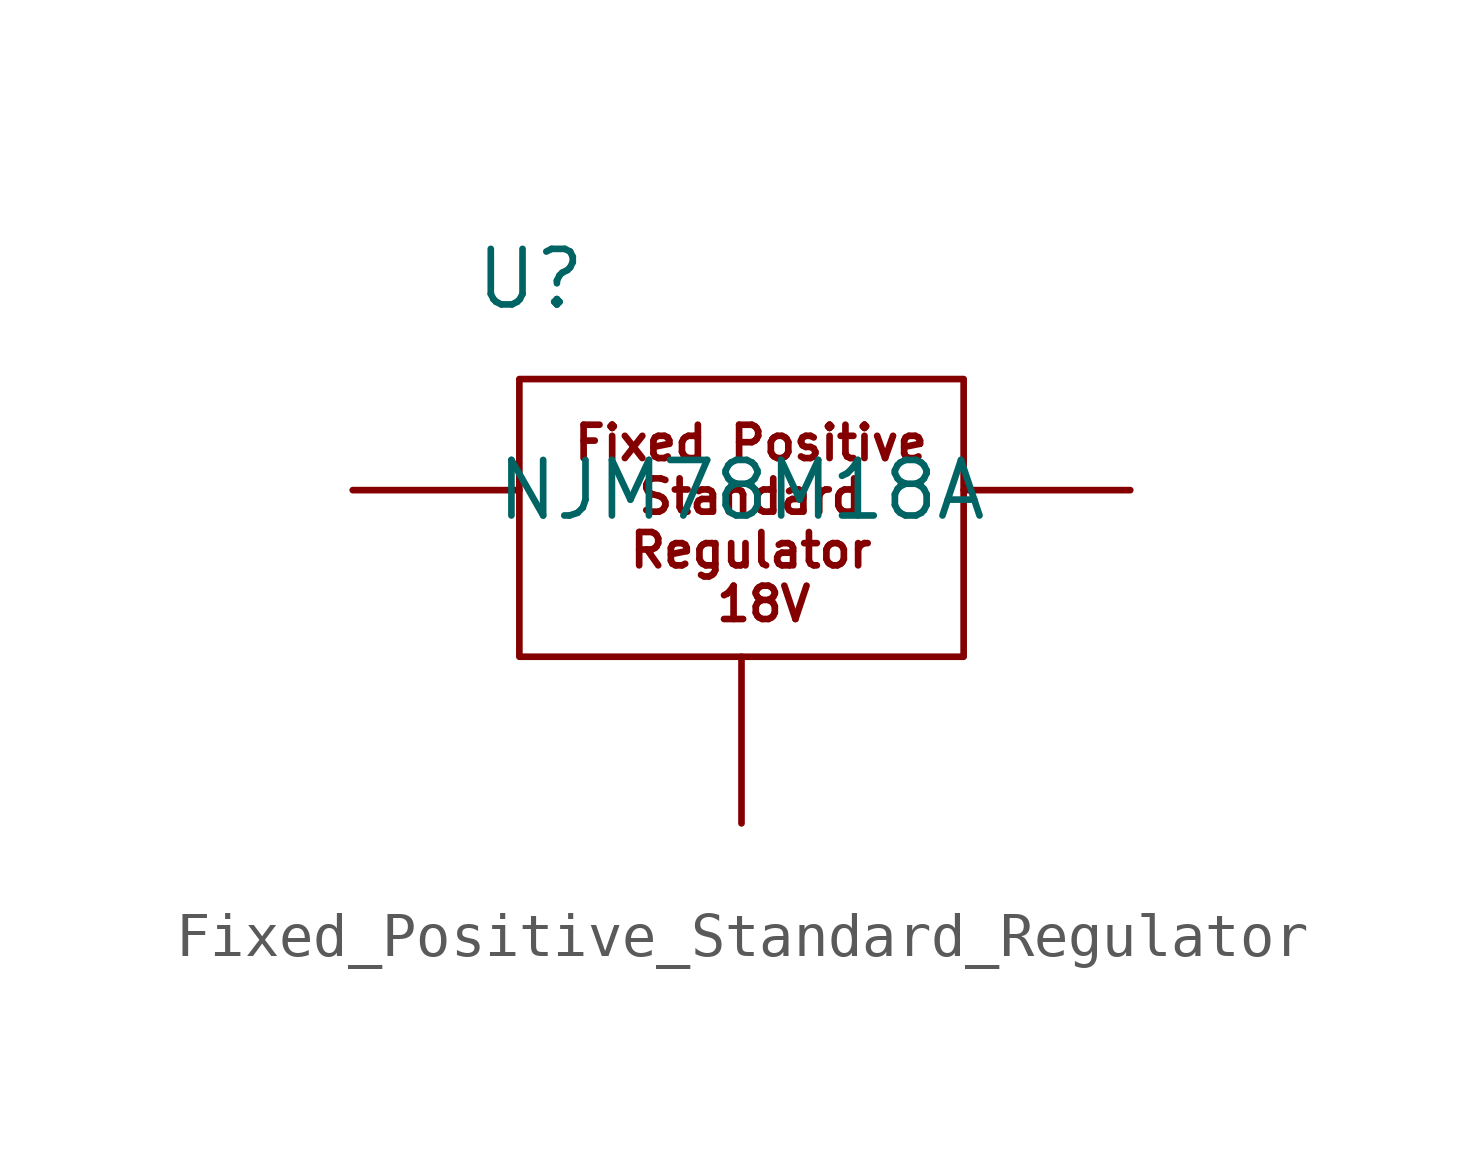
<source format=kicad_sym>
(kicad_symbol_lib
  (version 20241209)
  (generator "kicad_symbol_editor")
  (generator_version "9.0")
  (symbol "Fixed_Positive_Standard_Regulator"
    (property "Reference" "U"
      (at -4.826 4.826 0)
      (effects (font (size 1.27 1.27))))
    (property "Value" "NJM78M18A"
      (at 0 0 0)
      (effects (font (size 1.27 1.27))))
    (symbol "Fixed_Positive_Standard_Regulator_0_1"
      (rectangle (start -5.08 2.54) (end 5.08 -3.81) (stroke (width 0) (type default)) (fill (type none))))
    (symbol "Fixed_Positive_Standard_Regulator_1_1"
      (text "Fixed Positive \nStandard \nRegulator \n18V" (at 0.508 -0.762 0) (effects (font (size 0.762 0.762))))
      (pin input line (at -8.89 0 0) (length 3.81) (name "" (effects (font (size 1.27 1.27)))) (number "" (effects (font (size 1.27 1.27)))))
      (pin input line (at 0 -7.62 90) (length 3.81) (name "" (effects (font (size 1.27 1.27)))) (number "" (effects (font (size 1.27 1.27)))))
      (pin input line (at 8.89 0 180) (length 3.81) (name "" (effects (font (size 1.27 1.27)))) (number "" (effects (font (size 1.27 1.27))))))))
</source>
